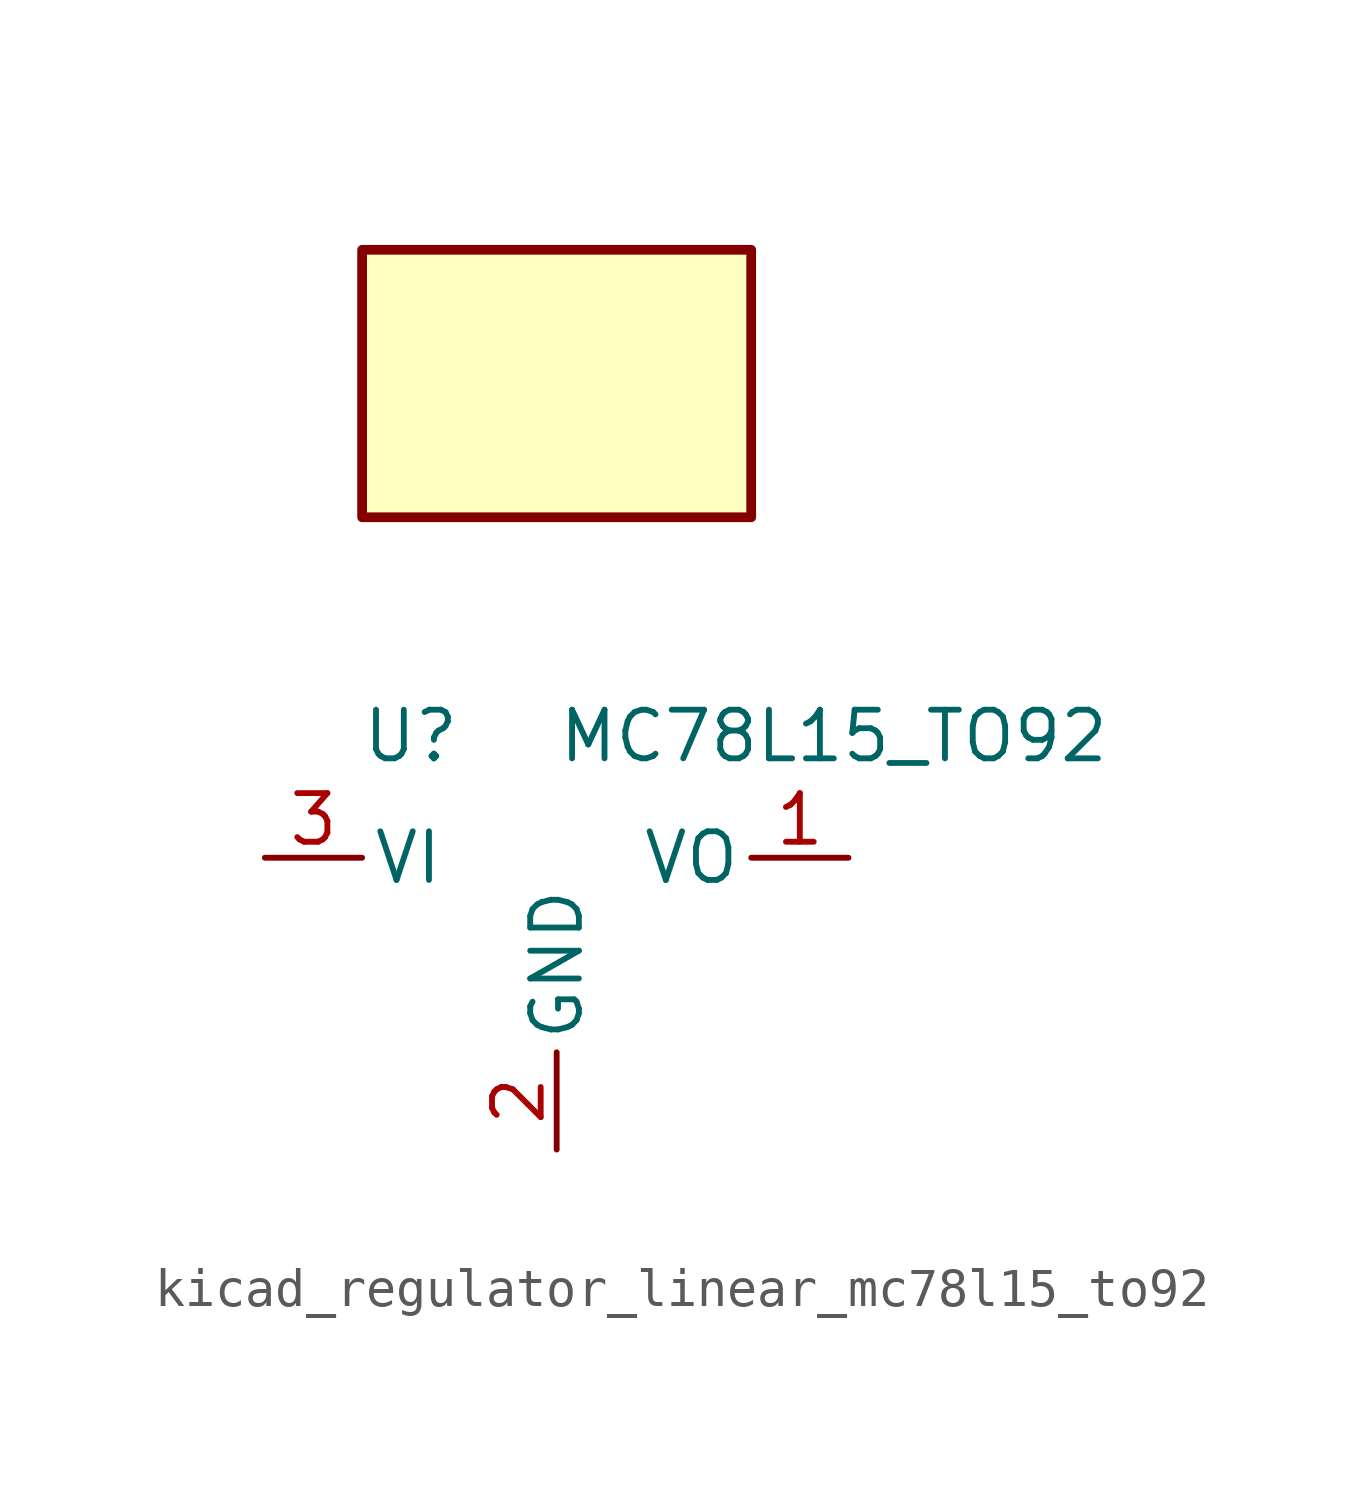
<source format=kicad_sym>
(kicad_symbol_lib
  (version 20220914)
  (generator kicad_symbol_editor)
  (symbol "kicad_regulator_linear_mc78l15_to92"
    (pin_names
      (offset 0.254))
    (property "Reference" "U"
      (at -3.81 3.175 0)
      (effects (font (size 1.27 1.27))))
    (property "Value" "MC78L15_TO92"
      (at 0 3.175 0)
      (effects (font (size 1.27 1.27)) (justify left)))
    (symbol "kicad_regulator_linear_mc78l15_to92_0_1"
      (rectangle (start 5.08 15.875) (end -5.08 8.89) (stroke (width 0.254) (type default)) (fill (type background))))
    (symbol "kicad_regulator_linear_mc78l15_to92_1_1"
      (pin power_out line (at 7.62 0 180) (length 2.54) (name "VO" (effects (font (size 1.27 1.27)))) (number "1" (effects (font (size 1.27 1.27)))))
      (pin power_in line (at 0 -7.62 90) (length 2.54) (name "GND" (effects (font (size 1.27 1.27)))) (number "2" (effects (font (size 1.27 1.27)))))
      (pin power_in line (at -7.62 0 0) (length 2.54) (name "VI" (effects (font (size 1.27 1.27)))) (number "3" (effects (font (size 1.27 1.27))))))))
</source>
